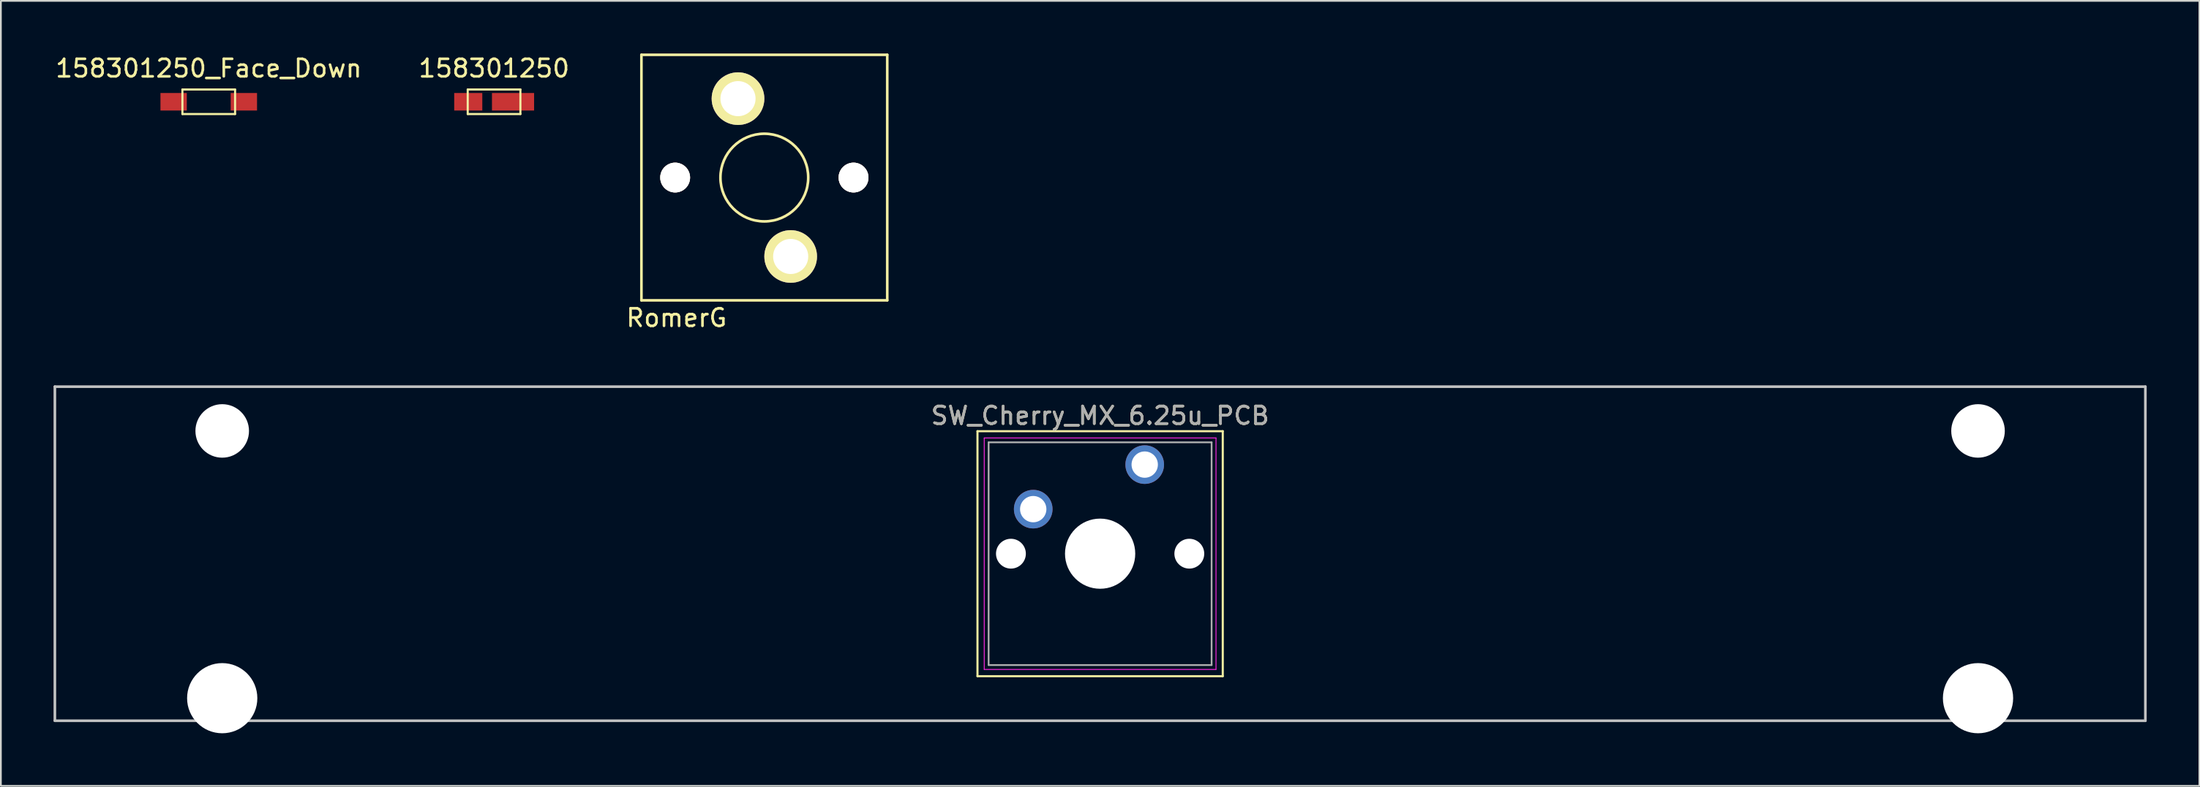
<source format=kicad_pcb>
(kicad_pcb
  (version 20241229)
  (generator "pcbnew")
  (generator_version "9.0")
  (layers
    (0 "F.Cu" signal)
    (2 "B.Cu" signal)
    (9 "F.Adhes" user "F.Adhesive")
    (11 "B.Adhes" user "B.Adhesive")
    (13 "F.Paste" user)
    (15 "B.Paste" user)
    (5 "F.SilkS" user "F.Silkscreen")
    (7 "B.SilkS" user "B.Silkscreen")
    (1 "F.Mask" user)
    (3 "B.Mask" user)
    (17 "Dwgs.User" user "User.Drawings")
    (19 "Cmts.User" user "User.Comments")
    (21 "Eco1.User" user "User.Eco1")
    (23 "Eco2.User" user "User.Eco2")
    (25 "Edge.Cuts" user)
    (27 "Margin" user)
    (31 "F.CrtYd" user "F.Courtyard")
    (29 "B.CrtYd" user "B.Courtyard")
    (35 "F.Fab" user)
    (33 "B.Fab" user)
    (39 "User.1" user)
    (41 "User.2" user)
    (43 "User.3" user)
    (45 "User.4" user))
  (footprint "158301250"
    (layer "F.Cu")
    (at 25.089 2.753)
    (property "Reference" "158301250" (at 0 -1.905 0) (layer "F.SilkS") (effects (font (size 1 1) (thickness 0.15))))
    (attr smd)
    (fp_line (start -1.5 -0.7) (end -1.5 0.7) (stroke (width 0.12) (type solid)) (layer "F.SilkS"))
    (fp_line (start -1.5 -0.7) (end 1.5 -0.7) (stroke (width 0.12) (type solid)) (layer "F.SilkS"))
    (fp_line (start -1.5 0.7) (end 1.5 0.7) (stroke (width 0.12) (type solid)) (layer "F.SilkS"))
    (fp_line (start 1.5 -0.7) (end 1.5 0.7) (stroke (width 0.12) (type solid)) (layer "F.SilkS"))
    (pad "1" smd rect (at 1.2 0) (size 2.4 1) (drill (offset -0.12 0)) (layers "F.Cu" "F.Mask" "F.Paste"))
    (pad "2" smd rect (at -1.47 0) (size 1.6 1) (layers "F.Cu" "F.Mask" "F.Paste")))
  (footprint "SW_Cherry_MX_6.25u_PCB"
    (layer "F.Cu")
    (at 59.606 28.523)
    (property "Reference" "SW_Cherry_MX_6.25u_PCB" (at 0 -7.874 0) (layer "F.SilkS") (effects (font (size 1 1) (thickness 0.15))))
    (attr through_hole)
    (fp_line (start -6.985 -6.985) (end 6.985 -6.985) (stroke (width 0.12) (type solid)) (layer "F.SilkS"))
    (fp_line (start -6.985 6.985) (end -6.985 -6.985) (stroke (width 0.12) (type solid)) (layer "F.SilkS"))
    (fp_line (start 6.985 -6.985) (end 6.985 6.985) (stroke (width 0.12) (type solid)) (layer "F.SilkS"))
    (fp_line (start 6.985 6.985) (end -6.985 6.985) (stroke (width 0.12) (type solid)) (layer "F.SilkS"))
    (fp_line (start -59.531 -9.525) (end 59.531 -9.525) (stroke (width 0.15) (type solid)) (layer "Dwgs.User"))
    (fp_line (start -59.531 9.525) (end -59.531 -9.525) (stroke (width 0.15) (type solid)) (layer "Dwgs.User"))
    (fp_line (start 59.531 -9.525) (end 59.531 9.525) (stroke (width 0.15) (type solid)) (layer "Dwgs.User"))
    (fp_line (start 59.531 9.525) (end -59.531 9.525) (stroke (width 0.15) (type solid)) (layer "Dwgs.User"))
    (fp_line (start -6.6 -6.6) (end 6.6 -6.6) (stroke (width 0.05) (type solid)) (layer "F.CrtYd"))
    (fp_line (start -6.6 6.6) (end -6.6 -6.6) (stroke (width 0.05) (type solid)) (layer "F.CrtYd"))
    (fp_line (start 6.6 -6.6) (end 6.6 6.6) (stroke (width 0.05) (type solid)) (layer "F.CrtYd"))
    (fp_line (start 6.6 6.6) (end -6.6 6.6) (stroke (width 0.05) (type solid)) (layer "F.CrtYd"))
    (fp_line (start -6.35 -6.35) (end 6.35 -6.35) (stroke (width 0.1) (type solid)) (layer "F.Fab"))
    (fp_line (start -6.35 6.35) (end -6.35 -6.35) (stroke (width 0.1) (type solid)) (layer "F.Fab"))
    (fp_line (start 6.35 -6.35) (end 6.35 6.35) (stroke (width 0.1) (type solid)) (layer "F.Fab"))
    (fp_line (start 6.35 6.35) (end -6.35 6.35) (stroke (width 0.1) (type solid)) (layer "F.Fab"))
    (fp_text user "${REFERENCE}" (at 0 -7.874 0) (layer "F.Fab") (effects (font (size 1 1) (thickness 0.15))))
    (pad "" np_thru_hole circle (at -50 -7) (size 3.05 3.05) (drill 3.05) (layers "*.Cu" "*.Mask"))
    (pad "" np_thru_hole circle (at -50 8.24) (size 4 4) (drill 4) (layers "*.Cu" "*.Mask"))
    (pad "" np_thru_hole circle (at -5.08 0) (size 1.7 1.7) (drill 1.7) (layers "*.Cu" "*.Mask"))
    (pad "" np_thru_hole circle (at 0 0) (size 4 4) (drill 4) (layers "*.Cu" "*.Mask"))
    (pad "" np_thru_hole circle (at 5.08 0) (size 1.7 1.7) (drill 1.7) (layers "*.Cu" "*.Mask"))
    (pad "" np_thru_hole circle (at 50 -7) (size 3.05 3.05) (drill 3.05) (layers "*.Cu" "*.Mask"))
    (pad "" np_thru_hole circle (at 50 8.24) (size 4 4) (drill 4) (layers "*.Cu" "*.Mask"))
    (pad "1" thru_hole circle (at 2.54 -5.08) (size 2.2 2.2) (drill 1.5) (layers "*.Cu" "*.Mask"))
    (pad "2" thru_hole circle (at -3.81 -2.54) (size 2.2 2.2) (drill 1.5) (layers "*.Cu" "*.Mask")))
  (footprint "RomerG"
    (layer "F.Cu")
    (at 40.482 7.075)
    (property "Reference" "RomerG" (at -5 8 0) (layer "F.SilkS") (effects (font (size 1 1) (thickness 0.15))))
    (attr through_hole)
    (fp_line (start -7 -7) (end -7 7) (stroke (width 0.15) (type solid)) (layer "F.SilkS"))
    (fp_line (start -7 7) (end 7 7) (stroke (width 0.15) (type solid)) (layer "F.SilkS"))
    (fp_line (start 7 -7) (end -7 -7) (stroke (width 0.15) (type solid)) (layer "F.SilkS"))
    (fp_line (start 7 7) (end 7 -7) (stroke (width 0.15) (type solid)) (layer "F.SilkS"))
    (fp_circle (center 0 0) (end 2.5 0) (stroke (width 0.15) (type solid)) (fill no) (layer "F.SilkS"))
    (pad "1" thru_hole circle (at -1.5 -4.5) (size 3 3) (drill 2) (layers "*.Cu" "*.Mask" "F.SilkS"))
    (pad "2" thru_hole circle (at 1.5 4.5) (size 3 3) (drill 2) (layers "*.Cu" "*.Mask" "F.SilkS"))
    (pad "3" thru_hole circle (at -5.08 0) (size 1.699 1.699) (drill 1.699) (layers "*.Cu" "*.Mask" "F.SilkS"))
    (pad "3" thru_hole circle (at 5.08 0) (size 1.699 1.699) (drill 1.699) (layers "*.Cu" "*.Mask" "F.SilkS")))
  (footprint "158301250_Face_Down"
    (layer "F.Cu")
    (at 8.839 2.753)
    (property "Reference" "158301250_Face_Down" (at 0 -1.905 0) (layer "F.SilkS") (effects (font (size 1 1) (thickness 0.15))))
    (attr smd)
    (fp_line (start -1.5 -0.7) (end -1.5 0.7) (stroke (width 0.12) (type solid)) (layer "F.SilkS"))
    (fp_line (start -1.5 -0.7) (end 1.5 -0.7) (stroke (width 0.12) (type solid)) (layer "F.SilkS"))
    (fp_line (start -1.5 0.7) (end 1.5 0.7) (stroke (width 0.12) (type solid)) (layer "F.SilkS"))
    (fp_line (start 1.5 -0.7) (end 1.5 0.7) (stroke (width 0.12) (type solid)) (layer "F.SilkS"))
    (pad "1" smd rect (at 2 0) (size 1.5 1) (layers "F.Cu" "F.Mask" "F.Paste"))
    (pad "2" smd rect (at -2 0) (size 1.5 1) (layers "F.Cu" "F.Mask" "F.Paste")))
  (gr_rect
    (start -3 -3)
    (end 122.213 41.763)
    (stroke (width 0.1) (type default))
    (fill no)
    (layer "Edge.Cuts")))
</source>
